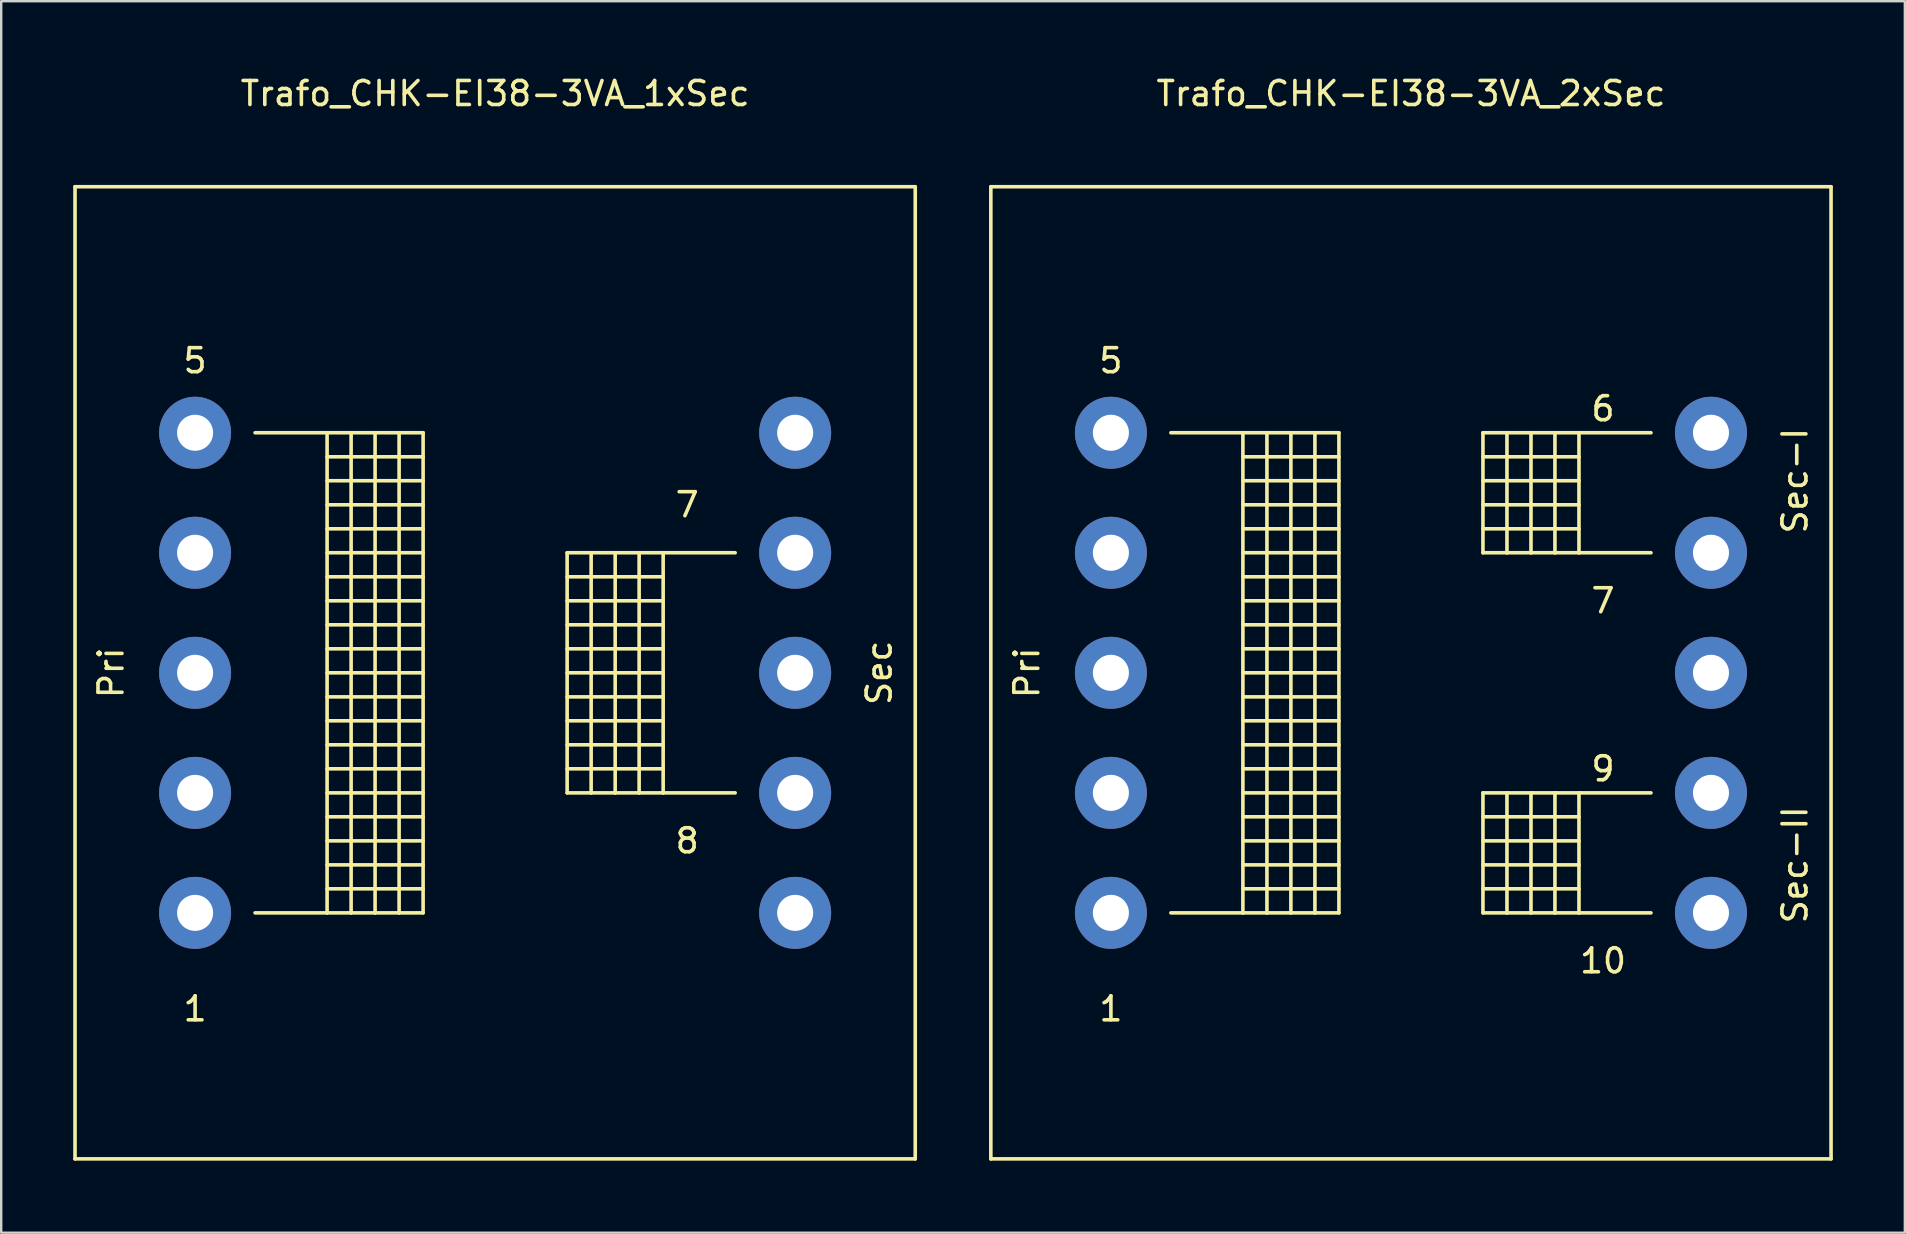
<source format=kicad_pcb>
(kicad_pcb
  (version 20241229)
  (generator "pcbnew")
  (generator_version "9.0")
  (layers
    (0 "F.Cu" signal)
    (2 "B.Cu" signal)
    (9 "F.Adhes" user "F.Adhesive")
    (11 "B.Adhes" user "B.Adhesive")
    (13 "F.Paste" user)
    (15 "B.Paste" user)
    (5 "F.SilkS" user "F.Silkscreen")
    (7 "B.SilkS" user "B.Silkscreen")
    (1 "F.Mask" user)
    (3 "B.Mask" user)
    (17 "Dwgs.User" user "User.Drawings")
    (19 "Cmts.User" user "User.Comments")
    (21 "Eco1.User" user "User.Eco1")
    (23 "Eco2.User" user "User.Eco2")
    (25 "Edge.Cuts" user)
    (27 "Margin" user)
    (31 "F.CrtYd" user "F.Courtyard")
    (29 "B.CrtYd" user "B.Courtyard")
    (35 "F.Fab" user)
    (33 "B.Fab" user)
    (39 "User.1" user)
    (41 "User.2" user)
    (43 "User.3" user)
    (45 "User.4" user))
  (footprint "Trafo_CHK-EI38-3VA_1xSec"
    (layer "F.Cu")
    (at 17.576 24.978)
    (property "Reference" "Trafo_CHK-EI38-3VA_1xSec" (at 0 -24.13 0) (layer "F.SilkS") (effects (font (size 1 1) (thickness 0.15))))
    (attr through_hole)
    (fp_line (start -17.501 -20.249) (end -17.501 20.249) (stroke (width 0.15) (type solid)) (layer "F.SilkS"))
    (fp_line (start -17.501 20.249) (end 17.501 20.249) (stroke (width 0.15) (type solid)) (layer "F.SilkS"))
    (fp_line (start -10 -10) (end -7 -10) (stroke (width 0.15) (type solid)) (layer "F.SilkS"))
    (fp_line (start -7 -10) (end -7 10) (stroke (width 0.15) (type solid)) (layer "F.SilkS"))
    (fp_line (start -7 -10) (end -5.999 -10) (stroke (width 0.15) (type solid)) (layer "F.SilkS"))
    (fp_line (start -7 -8.999) (end -3 -8.999) (stroke (width 0.15) (type solid)) (layer "F.SilkS"))
    (fp_line (start -7 -8.001) (end -3 -8.001) (stroke (width 0.15) (type solid)) (layer "F.SilkS"))
    (fp_line (start -7 -7) (end -3 -7) (stroke (width 0.15) (type solid)) (layer "F.SilkS"))
    (fp_line (start -7 -5.999) (end -3 -5.999) (stroke (width 0.15) (type solid)) (layer "F.SilkS"))
    (fp_line (start -7 -5.001) (end -3 -5.001) (stroke (width 0.15) (type solid)) (layer "F.SilkS"))
    (fp_line (start -7 -4) (end -3 -4) (stroke (width 0.15) (type solid)) (layer "F.SilkS"))
    (fp_line (start -7 -3) (end -3 -3) (stroke (width 0.15) (type solid)) (layer "F.SilkS"))
    (fp_line (start -7 -1.999) (end -3 -1.999) (stroke (width 0.15) (type solid)) (layer "F.SilkS"))
    (fp_line (start -7 -1.001) (end -3 -1.001) (stroke (width 0.15) (type solid)) (layer "F.SilkS"))
    (fp_line (start -7 0) (end -3 0) (stroke (width 0.15) (type solid)) (layer "F.SilkS"))
    (fp_line (start -7 1.001) (end -3 1.001) (stroke (width 0.15) (type solid)) (layer "F.SilkS"))
    (fp_line (start -7 1.999) (end -3 1.999) (stroke (width 0.15) (type solid)) (layer "F.SilkS"))
    (fp_line (start -7 3) (end -3 3) (stroke (width 0.15) (type solid)) (layer "F.SilkS"))
    (fp_line (start -7 4) (end -3 4) (stroke (width 0.15) (type solid)) (layer "F.SilkS"))
    (fp_line (start -7 5.001) (end -3 5.001) (stroke (width 0.15) (type solid)) (layer "F.SilkS"))
    (fp_line (start -7 5.999) (end -3 5.999) (stroke (width 0.15) (type solid)) (layer "F.SilkS"))
    (fp_line (start -7 7) (end -3 7) (stroke (width 0.15) (type solid)) (layer "F.SilkS"))
    (fp_line (start -7 8.001) (end -3 8.001) (stroke (width 0.15) (type solid)) (layer "F.SilkS"))
    (fp_line (start -7 8.999) (end -3 8.999) (stroke (width 0.15) (type solid)) (layer "F.SilkS"))
    (fp_line (start -7 10) (end -10 10) (stroke (width 0.15) (type solid)) (layer "F.SilkS"))
    (fp_line (start -5.999 -10) (end -5.999 10) (stroke (width 0.15) (type solid)) (layer "F.SilkS"))
    (fp_line (start -5.999 -10) (end -5.001 -10) (stroke (width 0.15) (type solid)) (layer "F.SilkS"))
    (fp_line (start -5.999 10) (end -7 10) (stroke (width 0.15) (type solid)) (layer "F.SilkS"))
    (fp_line (start -5.001 -10) (end -5.001 10) (stroke (width 0.15) (type solid)) (layer "F.SilkS"))
    (fp_line (start -5.001 -10) (end -4 -10) (stroke (width 0.15) (type solid)) (layer "F.SilkS"))
    (fp_line (start -5.001 10) (end -5.999 10) (stroke (width 0.15) (type solid)) (layer "F.SilkS"))
    (fp_line (start -4 -10) (end -4 10) (stroke (width 0.15) (type solid)) (layer "F.SilkS"))
    (fp_line (start -4 -10) (end -3 -10) (stroke (width 0.15) (type solid)) (layer "F.SilkS"))
    (fp_line (start -4 10) (end -5.001 10) (stroke (width 0.15) (type solid)) (layer "F.SilkS"))
    (fp_line (start -3 -10) (end -3 10) (stroke (width 0.15) (type solid)) (layer "F.SilkS"))
    (fp_line (start -3 10) (end -4 10) (stroke (width 0.15) (type solid)) (layer "F.SilkS"))
    (fp_line (start 3 -5.001) (end 3 5.001) (stroke (width 0.15) (type solid)) (layer "F.SilkS"))
    (fp_line (start 3 -4) (end 7 -4) (stroke (width 0.15) (type solid)) (layer "F.SilkS"))
    (fp_line (start 3 -1.999) (end 7 -1.999) (stroke (width 0.15) (type solid)) (layer "F.SilkS"))
    (fp_line (start 3 0) (end 7 0) (stroke (width 0.15) (type solid)) (layer "F.SilkS"))
    (fp_line (start 3 1.999) (end 7 1.999) (stroke (width 0.15) (type solid)) (layer "F.SilkS"))
    (fp_line (start 3 4) (end 7 4) (stroke (width 0.15) (type solid)) (layer "F.SilkS"))
    (fp_line (start 3 5.001) (end 4 5.001) (stroke (width 0.15) (type solid)) (layer "F.SilkS"))
    (fp_line (start 4 -5.001) (end 3 -5.001) (stroke (width 0.15) (type solid)) (layer "F.SilkS"))
    (fp_line (start 4 -5.001) (end 4 5.001) (stroke (width 0.15) (type solid)) (layer "F.SilkS"))
    (fp_line (start 4 5.001) (end 5.001 5.001) (stroke (width 0.15) (type solid)) (layer "F.SilkS"))
    (fp_line (start 5.001 -5.001) (end 4 -5.001) (stroke (width 0.15) (type solid)) (layer "F.SilkS"))
    (fp_line (start 5.001 -5.001) (end 5.001 5.001) (stroke (width 0.15) (type solid)) (layer "F.SilkS"))
    (fp_line (start 5.001 5.001) (end 5.999 5.001) (stroke (width 0.15) (type solid)) (layer "F.SilkS"))
    (fp_line (start 5.999 -5.001) (end 5.001 -5.001) (stroke (width 0.15) (type solid)) (layer "F.SilkS"))
    (fp_line (start 5.999 -5.001) (end 5.999 5.001) (stroke (width 0.15) (type solid)) (layer "F.SilkS"))
    (fp_line (start 5.999 5.001) (end 7 5.001) (stroke (width 0.15) (type solid)) (layer "F.SilkS"))
    (fp_line (start 7 -5.001) (end 5.999 -5.001) (stroke (width 0.15) (type solid)) (layer "F.SilkS"))
    (fp_line (start 7 -5.001) (end 7 5.001) (stroke (width 0.15) (type solid)) (layer "F.SilkS"))
    (fp_line (start 7 -3) (end 3 -3) (stroke (width 0.15) (type solid)) (layer "F.SilkS"))
    (fp_line (start 7 -1.001) (end 3 -1.001) (stroke (width 0.15) (type solid)) (layer "F.SilkS"))
    (fp_line (start 7 1.001) (end 3 1.001) (stroke (width 0.15) (type solid)) (layer "F.SilkS"))
    (fp_line (start 7 3) (end 3 3) (stroke (width 0.15) (type solid)) (layer "F.SilkS"))
    (fp_line (start 7 5.001) (end 10 5.001) (stroke (width 0.15) (type solid)) (layer "F.SilkS"))
    (fp_line (start 10 -5.001) (end 7 -5.001) (stroke (width 0.15) (type solid)) (layer "F.SilkS"))
    (fp_line (start 17.501 -20.249) (end -17.501 -20.249) (stroke (width 0.15) (type solid)) (layer "F.SilkS"))
    (fp_line (start 17.501 20.249) (end 17.501 -20.249) (stroke (width 0.15) (type solid)) (layer "F.SilkS"))
    (fp_text user "1" (at -12.499 14 0) (layer "F.SilkS") (effects (font (size 1 1) (thickness 0.15))))
    (fp_text user "7" (at 8.001 -7 0) (layer "F.SilkS") (effects (font (size 1 1) (thickness 0.15))))
    (fp_text user "Sec" (at 15.999 0 90) (layer "F.SilkS") (effects (font (size 1 1) (thickness 0.15))))
    (fp_text user "8" (at 8.001 7 0) (layer "F.SilkS") (effects (font (size 1 1) (thickness 0.15))))
    (fp_text user "5" (at -12.499 -13 0) (layer "F.SilkS") (effects (font (size 1 1) (thickness 0.15))))
    (fp_text user "Pri" (at -15.999 0 90) (layer "F.SilkS") (effects (font (size 1 1) (thickness 0.15))))
    (pad "1" thru_hole circle (at -12.499 10) (size 3 3) (drill 1.501) (layers "*.Cu" "*.Mask"))
    (pad "2" thru_hole circle (at -12.499 5.001) (size 3 3) (drill 1.501) (layers "*.Cu" "*.Mask"))
    (pad "3" thru_hole circle (at -12.499 0) (size 3 3) (drill 1.501) (layers "*.Cu" "*.Mask"))
    (pad "4" thru_hole circle (at -12.499 -5.001) (size 3 3) (drill 1.501) (layers "*.Cu" "*.Mask"))
    (pad "5" thru_hole circle (at -12.499 -10) (size 3 3) (drill 1.501) (layers "*.Cu" "*.Mask"))
    (pad "6" thru_hole circle (at 12.499 -10) (size 3 3) (drill 1.501) (layers "*.Cu" "*.Mask"))
    (pad "7" thru_hole circle (at 12.499 -5.001) (size 3 3) (drill 1.501) (layers "*.Cu" "*.Mask"))
    (pad "8" thru_hole circle (at 12.499 0) (size 3 3) (drill 1.501) (layers "*.Cu" "*.Mask"))
    (pad "9" thru_hole circle (at 12.499 5.001) (size 3 3) (drill 1.501) (layers "*.Cu" "*.Mask"))
    (pad "10" thru_hole circle (at 12.499 10) (size 3 3) (drill 1.501) (layers "*.Cu" "*.Mask")))
  (footprint "Trafo_CHK-EI38-3VA_2xSec"
    (layer "F.Cu")
    (at 55.727 24.978)
    (property "Reference" "Trafo_CHK-EI38-3VA_2xSec" (at 0 -24.13 0) (layer "F.SilkS") (effects (font (size 1 1) (thickness 0.15))))
    (attr through_hole)
    (fp_line (start -17.501 -20.249) (end -17.501 20.249) (stroke (width 0.15) (type solid)) (layer "F.SilkS"))
    (fp_line (start -17.501 20.249) (end 17.501 20.249) (stroke (width 0.15) (type solid)) (layer "F.SilkS"))
    (fp_line (start -10 -10) (end -7 -10) (stroke (width 0.15) (type solid)) (layer "F.SilkS"))
    (fp_line (start -7 -10) (end -7 10) (stroke (width 0.15) (type solid)) (layer "F.SilkS"))
    (fp_line (start -7 -10) (end -5.999 -10) (stroke (width 0.15) (type solid)) (layer "F.SilkS"))
    (fp_line (start -7 -8.999) (end -3 -8.999) (stroke (width 0.15) (type solid)) (layer "F.SilkS"))
    (fp_line (start -7 -8.001) (end -3 -8.001) (stroke (width 0.15) (type solid)) (layer "F.SilkS"))
    (fp_line (start -7 -7) (end -3 -7) (stroke (width 0.15) (type solid)) (layer "F.SilkS"))
    (fp_line (start -7 -5.999) (end -3 -5.999) (stroke (width 0.15) (type solid)) (layer "F.SilkS"))
    (fp_line (start -7 -5.001) (end -3 -5.001) (stroke (width 0.15) (type solid)) (layer "F.SilkS"))
    (fp_line (start -7 -4) (end -3 -4) (stroke (width 0.15) (type solid)) (layer "F.SilkS"))
    (fp_line (start -7 -3) (end -3 -3) (stroke (width 0.15) (type solid)) (layer "F.SilkS"))
    (fp_line (start -7 -1.999) (end -3 -1.999) (stroke (width 0.15) (type solid)) (layer "F.SilkS"))
    (fp_line (start -7 -1.001) (end -3 -1.001) (stroke (width 0.15) (type solid)) (layer "F.SilkS"))
    (fp_line (start -7 0) (end -3 0) (stroke (width 0.15) (type solid)) (layer "F.SilkS"))
    (fp_line (start -7 1.001) (end -3 1.001) (stroke (width 0.15) (type solid)) (layer "F.SilkS"))
    (fp_line (start -7 1.999) (end -3 1.999) (stroke (width 0.15) (type solid)) (layer "F.SilkS"))
    (fp_line (start -7 3) (end -3 3) (stroke (width 0.15) (type solid)) (layer "F.SilkS"))
    (fp_line (start -7 4) (end -3 4) (stroke (width 0.15) (type solid)) (layer "F.SilkS"))
    (fp_line (start -7 5.001) (end -3 5.001) (stroke (width 0.15) (type solid)) (layer "F.SilkS"))
    (fp_line (start -7 5.999) (end -3 5.999) (stroke (width 0.15) (type solid)) (layer "F.SilkS"))
    (fp_line (start -7 7) (end -3 7) (stroke (width 0.15) (type solid)) (layer "F.SilkS"))
    (fp_line (start -7 8.001) (end -3 8.001) (stroke (width 0.15) (type solid)) (layer "F.SilkS"))
    (fp_line (start -7 8.999) (end -3 8.999) (stroke (width 0.15) (type solid)) (layer "F.SilkS"))
    (fp_line (start -7 10) (end -10 10) (stroke (width 0.15) (type solid)) (layer "F.SilkS"))
    (fp_line (start -5.999 -10) (end -5.999 10) (stroke (width 0.15) (type solid)) (layer "F.SilkS"))
    (fp_line (start -5.999 -10) (end -5.001 -10) (stroke (width 0.15) (type solid)) (layer "F.SilkS"))
    (fp_line (start -5.999 10) (end -7 10) (stroke (width 0.15) (type solid)) (layer "F.SilkS"))
    (fp_line (start -5.001 -10) (end -5.001 10) (stroke (width 0.15) (type solid)) (layer "F.SilkS"))
    (fp_line (start -5.001 -10) (end -4 -10) (stroke (width 0.15) (type solid)) (layer "F.SilkS"))
    (fp_line (start -5.001 10) (end -5.999 10) (stroke (width 0.15) (type solid)) (layer "F.SilkS"))
    (fp_line (start -4 -10) (end -4 10) (stroke (width 0.15) (type solid)) (layer "F.SilkS"))
    (fp_line (start -4 -10) (end -3 -10) (stroke (width 0.15) (type solid)) (layer "F.SilkS"))
    (fp_line (start -4 10) (end -5.001 10) (stroke (width 0.15) (type solid)) (layer "F.SilkS"))
    (fp_line (start -3 -10) (end -3 10) (stroke (width 0.15) (type solid)) (layer "F.SilkS"))
    (fp_line (start -3 10) (end -4 10) (stroke (width 0.15) (type solid)) (layer "F.SilkS"))
    (fp_line (start 3 -10) (end 3 -5.001) (stroke (width 0.15) (type solid)) (layer "F.SilkS"))
    (fp_line (start 3 -8.999) (end 7 -8.999) (stroke (width 0.15) (type solid)) (layer "F.SilkS"))
    (fp_line (start 3 -7) (end 7 -7) (stroke (width 0.15) (type solid)) (layer "F.SilkS"))
    (fp_line (start 3 -5.001) (end 4 -5.001) (stroke (width 0.15) (type solid)) (layer "F.SilkS"))
    (fp_line (start 3 5.001) (end 3 10) (stroke (width 0.15) (type solid)) (layer "F.SilkS"))
    (fp_line (start 3 5.999) (end 7 5.999) (stroke (width 0.15) (type solid)) (layer "F.SilkS"))
    (fp_line (start 3 7) (end 7 7) (stroke (width 0.15) (type solid)) (layer "F.SilkS"))
    (fp_line (start 3 8.001) (end 7 8.001) (stroke (width 0.15) (type solid)) (layer "F.SilkS"))
    (fp_line (start 3 8.999) (end 7 8.999) (stroke (width 0.15) (type solid)) (layer "F.SilkS"))
    (fp_line (start 3 10) (end 4 10) (stroke (width 0.15) (type solid)) (layer "F.SilkS"))
    (fp_line (start 4 -10) (end 3 -10) (stroke (width 0.15) (type solid)) (layer "F.SilkS"))
    (fp_line (start 4 -10) (end 4 -5.001) (stroke (width 0.15) (type solid)) (layer "F.SilkS"))
    (fp_line (start 4 -5.001) (end 5.001 -5.001) (stroke (width 0.15) (type solid)) (layer "F.SilkS"))
    (fp_line (start 4 5.001) (end 3 5.001) (stroke (width 0.15) (type solid)) (layer "F.SilkS"))
    (fp_line (start 4 5.001) (end 4 10) (stroke (width 0.15) (type solid)) (layer "F.SilkS"))
    (fp_line (start 4 10) (end 5.001 10) (stroke (width 0.15) (type solid)) (layer "F.SilkS"))
    (fp_line (start 5.001 -10) (end 4 -10) (stroke (width 0.15) (type solid)) (layer "F.SilkS"))
    (fp_line (start 5.001 -10) (end 5.001 -5.001) (stroke (width 0.15) (type solid)) (layer "F.SilkS"))
    (fp_line (start 5.001 -5.001) (end 5.999 -5.001) (stroke (width 0.15) (type solid)) (layer "F.SilkS"))
    (fp_line (start 5.001 5.001) (end 4 5.001) (stroke (width 0.15) (type solid)) (layer "F.SilkS"))
    (fp_line (start 5.001 5.001) (end 5.001 10) (stroke (width 0.15) (type solid)) (layer "F.SilkS"))
    (fp_line (start 5.001 10) (end 5.999 10) (stroke (width 0.15) (type solid)) (layer "F.SilkS"))
    (fp_line (start 5.999 -10) (end 5.001 -10) (stroke (width 0.15) (type solid)) (layer "F.SilkS"))
    (fp_line (start 5.999 -10) (end 5.999 -5.001) (stroke (width 0.15) (type solid)) (layer "F.SilkS"))
    (fp_line (start 5.999 -5.001) (end 7 -5.001) (stroke (width 0.15) (type solid)) (layer "F.SilkS"))
    (fp_line (start 5.999 5.001) (end 5.001 5.001) (stroke (width 0.15) (type solid)) (layer "F.SilkS"))
    (fp_line (start 5.999 5.001) (end 5.999 10) (stroke (width 0.15) (type solid)) (layer "F.SilkS"))
    (fp_line (start 5.999 10) (end 7 10) (stroke (width 0.15) (type solid)) (layer "F.SilkS"))
    (fp_line (start 7 -10) (end 5.999 -10) (stroke (width 0.15) (type solid)) (layer "F.SilkS"))
    (fp_line (start 7 -10) (end 7 -5.001) (stroke (width 0.15) (type solid)) (layer "F.SilkS"))
    (fp_line (start 7 -8.001) (end 3 -8.001) (stroke (width 0.15) (type solid)) (layer "F.SilkS"))
    (fp_line (start 7 -5.999) (end 3 -5.999) (stroke (width 0.15) (type solid)) (layer "F.SilkS"))
    (fp_line (start 7 -5.001) (end 10 -5.001) (stroke (width 0.15) (type solid)) (layer "F.SilkS"))
    (fp_line (start 7 5.001) (end 5.999 5.001) (stroke (width 0.15) (type solid)) (layer "F.SilkS"))
    (fp_line (start 7 5.001) (end 7 10) (stroke (width 0.15) (type solid)) (layer "F.SilkS"))
    (fp_line (start 7 10) (end 10 10) (stroke (width 0.15) (type solid)) (layer "F.SilkS"))
    (fp_line (start 10 -10) (end 7 -10) (stroke (width 0.15) (type solid)) (layer "F.SilkS"))
    (fp_line (start 10 5.001) (end 7 5.001) (stroke (width 0.15) (type solid)) (layer "F.SilkS"))
    (fp_line (start 17.501 -20.249) (end -17.501 -20.249) (stroke (width 0.15) (type solid)) (layer "F.SilkS"))
    (fp_line (start 17.501 20.249) (end 17.501 -20.249) (stroke (width 0.15) (type solid)) (layer "F.SilkS"))
    (fp_text user "5" (at -12.499 -13 0) (layer "F.SilkS") (effects (font (size 1 1) (thickness 0.15))))
    (fp_text user "10" (at 8.001 11.999 0) (layer "F.SilkS") (effects (font (size 1 1) (thickness 0.15))))
    (fp_text user "9" (at 8.001 4 0) (layer "F.SilkS") (effects (font (size 1 1) (thickness 0.15))))
    (fp_text user "6" (at 8.001 -11.001 0) (layer "F.SilkS") (effects (font (size 1 1) (thickness 0.15))))
    (fp_text user "Pri" (at -15.999 0 90) (layer "F.SilkS") (effects (font (size 1 1) (thickness 0.15))))
    (fp_text user "1" (at -12.499 14 0) (layer "F.SilkS") (effects (font (size 1 1) (thickness 0.15))))
    (fp_text user "7" (at 8.001 -3 0) (layer "F.SilkS") (effects (font (size 1 1) (thickness 0.15))))
    (fp_text user "Sec-I" (at 15.999 -8.001 90) (layer "F.SilkS") (effects (font (size 1 1) (thickness 0.15))))
    (fp_text user "Sec-II" (at 15.999 8.001 90) (layer "F.SilkS") (effects (font (size 1 1) (thickness 0.15))))
    (pad "1" thru_hole circle (at -12.499 10) (size 3 3) (drill 1.501) (layers "*.Cu" "*.Mask"))
    (pad "2" thru_hole circle (at -12.499 5.001) (size 3 3) (drill 1.501) (layers "*.Cu" "*.Mask"))
    (pad "3" thru_hole circle (at -12.499 0) (size 3 3) (drill 1.501) (layers "*.Cu" "*.Mask"))
    (pad "4" thru_hole circle (at -12.499 -5.001) (size 3 3) (drill 1.501) (layers "*.Cu" "*.Mask"))
    (pad "5" thru_hole circle (at -12.499 -10) (size 3 3) (drill 1.501) (layers "*.Cu" "*.Mask"))
    (pad "6" thru_hole circle (at 12.499 -10) (size 3 3) (drill 1.501) (layers "*.Cu" "*.Mask"))
    (pad "7" thru_hole circle (at 12.499 -5.001) (size 3 3) (drill 1.501) (layers "*.Cu" "*.Mask"))
    (pad "8" thru_hole circle (at 12.499 0) (size 3 3) (drill 1.501) (layers "*.Cu" "*.Mask"))
    (pad "9" thru_hole circle (at 12.499 5.001) (size 3 3) (drill 1.501) (layers "*.Cu" "*.Mask"))
    (pad "10" thru_hole circle (at 12.499 10) (size 3 3) (drill 1.501) (layers "*.Cu" "*.Mask")))
  (gr_rect
    (start -3 -3)
    (end 76.302 48.302)
    (stroke (width 0.1) (type default))
    (fill no)
    (layer "Edge.Cuts")))
</source>
